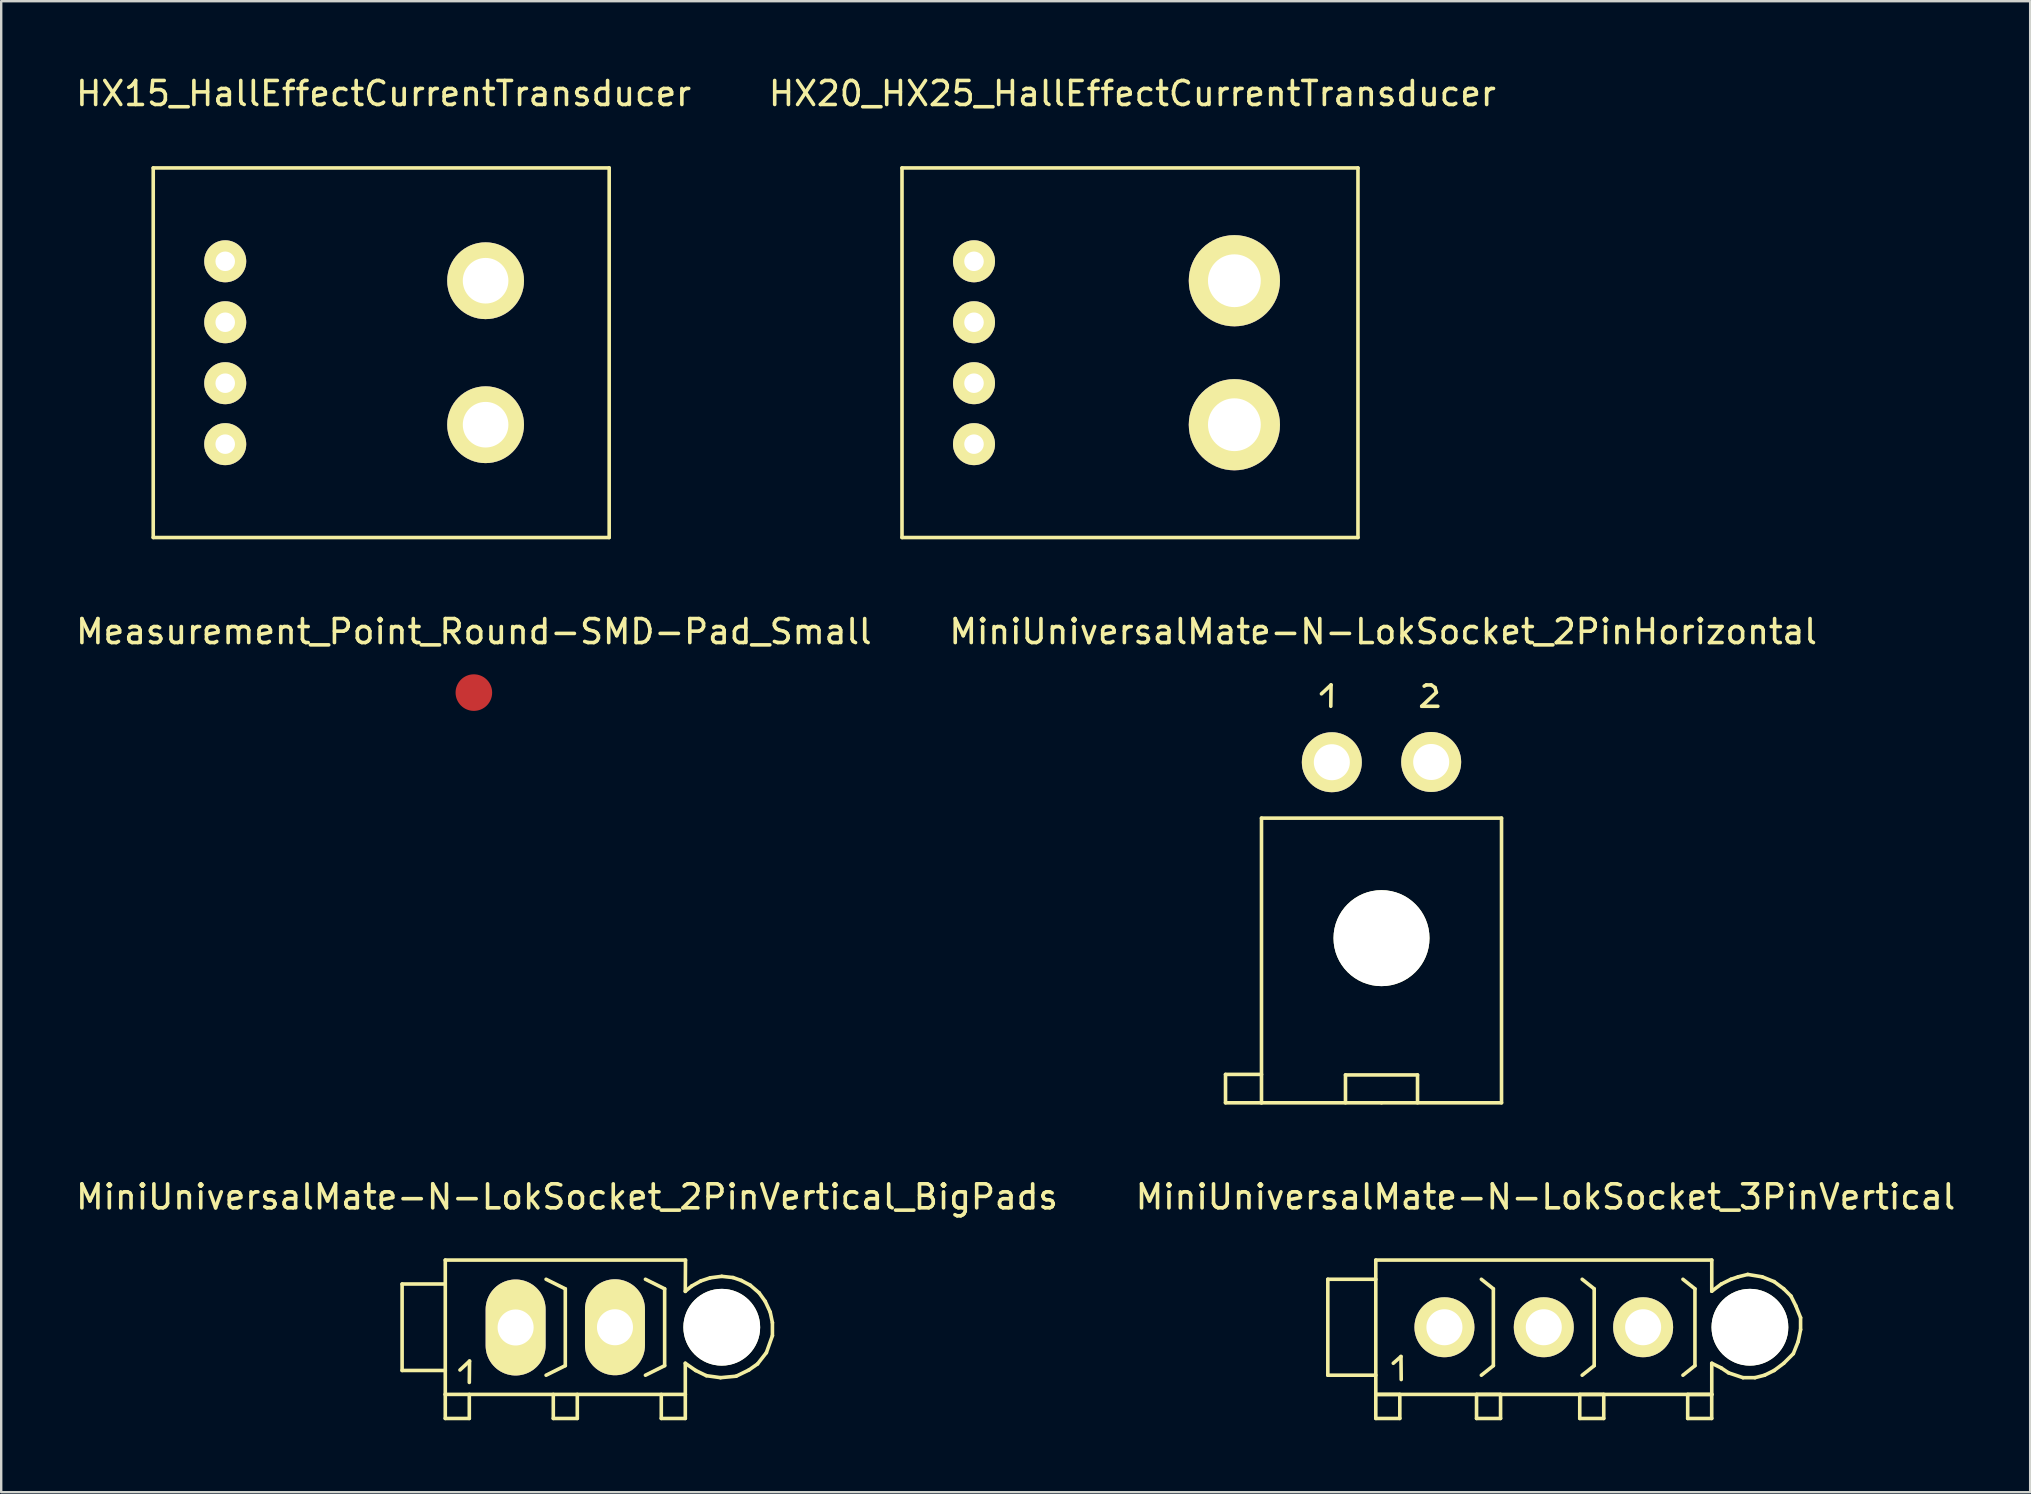
<source format=kicad_pcb>
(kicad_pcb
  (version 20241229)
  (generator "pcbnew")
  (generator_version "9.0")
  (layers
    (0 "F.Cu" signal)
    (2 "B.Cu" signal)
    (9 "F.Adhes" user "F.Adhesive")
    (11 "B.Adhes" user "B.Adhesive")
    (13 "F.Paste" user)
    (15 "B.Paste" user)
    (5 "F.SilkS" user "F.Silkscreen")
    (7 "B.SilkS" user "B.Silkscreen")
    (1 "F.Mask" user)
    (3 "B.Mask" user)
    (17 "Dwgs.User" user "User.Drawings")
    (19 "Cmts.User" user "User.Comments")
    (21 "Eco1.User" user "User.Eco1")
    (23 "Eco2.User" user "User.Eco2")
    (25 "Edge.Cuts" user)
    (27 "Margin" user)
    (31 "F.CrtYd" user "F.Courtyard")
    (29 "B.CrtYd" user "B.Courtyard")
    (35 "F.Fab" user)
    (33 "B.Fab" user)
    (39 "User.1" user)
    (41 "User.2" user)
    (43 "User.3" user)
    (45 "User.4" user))
  (footprint "HX15_HallEffectCurrentTransducer"
    (layer "F.Cu")
    (at 12.835 11.648)
    (property "Reference" "HX15_HallEffectCurrentTransducer" (at 0.1 -10.8 0) (layer "F.SilkS") (effects (font (size 1 1) (thickness 0.15))))
    (attr through_hole)
    (fp_line (start -9.5 -7.7) (end -9.5 7.7) (stroke (width 0.15) (type solid)) (layer "F.SilkS"))
    (fp_line (start -9.5 7.7) (end 9.5 7.7) (stroke (width 0.15) (type solid)) (layer "F.SilkS"))
    (fp_line (start 9.5 -7.7) (end -9.5 -7.7) (stroke (width 0.15) (type solid)) (layer "F.SilkS"))
    (fp_line (start 9.5 7.7) (end 9.5 -7.7) (stroke (width 0.15) (type solid)) (layer "F.SilkS"))
    (pad "1" thru_hole circle (at -6.5 -3.81) (size 1.75 1.75) (drill 0.813) (layers "*.Cu" "*.Mask" "F.SilkS"))
    (pad "2" thru_hole circle (at -6.5 -1.27) (size 1.75 1.75) (drill 0.813) (layers "*.Cu" "*.Mask" "F.SilkS"))
    (pad "3" thru_hole circle (at -6.5 1.27) (size 1.75 1.75) (drill 0.813) (layers "*.Cu" "*.Mask" "F.SilkS"))
    (pad "4" thru_hole circle (at -6.5 3.81) (size 1.75 1.75) (drill 0.813) (layers "*.Cu" "*.Mask" "F.SilkS"))
    (pad "5" thru_hole circle (at 4.35 -3) (size 3.2 3.2) (drill 1.9) (layers "*.Cu" "*.Mask" "F.SilkS"))
    (pad "6" thru_hole circle (at 4.35 3) (size 3.2 3.2) (drill 1.9) (layers "*.Cu" "*.Mask" "F.SilkS")))
  (footprint "Measurement_Point_Round-SMD-Pad_Small"
    (layer "F.Cu")
    (at 16.696 25.811)
    (property "Reference" "Measurement_Point_Round-SMD-Pad_Small" (at 0 -2.54 0) (layer "F.SilkS") (effects (font (size 1 1) (thickness 0.15))))
    (attr through_hole)
    (pad "1" smd circle (at 0 0) (size 1.524 1.524) (layers "F.Cu" "F.Mask" "F.Paste")))
  (footprint "HX20_HX25_HallEffectCurrentTransducer"
    (layer "F.Cu")
    (at 44.037 11.648)
    (property "Reference" "HX20_HX25_HallEffectCurrentTransducer" (at 0.1 -10.8 0) (layer "F.SilkS") (effects (font (size 1 1) (thickness 0.15))))
    (attr through_hole)
    (fp_line (start -9.5 -7.7) (end -9.5 7.7) (stroke (width 0.15) (type solid)) (layer "F.SilkS"))
    (fp_line (start -9.5 7.7) (end 9.5 7.7) (stroke (width 0.15) (type solid)) (layer "F.SilkS"))
    (fp_line (start 9.5 -7.7) (end -9.5 -7.7) (stroke (width 0.15) (type solid)) (layer "F.SilkS"))
    (fp_line (start 9.5 7.7) (end 9.5 -7.7) (stroke (width 0.15) (type solid)) (layer "F.SilkS"))
    (pad "1" thru_hole circle (at -6.5 -3.81) (size 1.75 1.75) (drill 0.813) (layers "*.Cu" "*.Mask" "F.SilkS"))
    (pad "2" thru_hole circle (at -6.5 -1.27) (size 1.75 1.75) (drill 0.813) (layers "*.Cu" "*.Mask" "F.SilkS"))
    (pad "3" thru_hole circle (at -6.5 1.27) (size 1.75 1.75) (drill 0.813) (layers "*.Cu" "*.Mask" "F.SilkS"))
    (pad "4" thru_hole circle (at -6.5 3.81) (size 1.75 1.75) (drill 0.813) (layers "*.Cu" "*.Mask" "F.SilkS"))
    (pad "5" thru_hole circle (at 4.35 -3) (size 3.8 3.8) (drill 2.2) (layers "*.Cu" "*.Mask" "F.SilkS"))
    (pad "6" thru_hole circle (at 4.35 3) (size 3.8 3.8) (drill 2.2) (layers "*.Cu" "*.Mask" "F.SilkS")))
  (footprint "MiniUniversalMate-N-LokSocket_3PinVertical"
    (layer "F.Cu")
    (at 61.28 52.257)
    (property "Reference" "MiniUniversalMate-N-LokSocket_3PinVertical" (at 0.071 -5.431 0) (layer "F.SilkS") (effects (font (size 1 1) (thickness 0.15))))
    (attr through_hole)
    (fp_line (start -8.999 -1.999) (end -8.999 1.999) (stroke (width 0.15) (type solid)) (layer "F.SilkS"))
    (fp_line (start -8.999 1.999) (end -7 1.999) (stroke (width 0.15) (type solid)) (layer "F.SilkS"))
    (fp_line (start -7 -2.799) (end -7 2.799) (stroke (width 0.15) (type solid)) (layer "F.SilkS"))
    (fp_line (start -7 -2.799) (end 7 -2.799) (stroke (width 0.15) (type solid)) (layer "F.SilkS"))
    (fp_line (start -7 -1.999) (end -8.999 -1.999) (stroke (width 0.15) (type solid)) (layer "F.SilkS"))
    (fp_line (start -7 2.799) (end 7 2.799) (stroke (width 0.15) (type solid)) (layer "F.SilkS"))
    (fp_line (start -7 2.802) (end -5.999 2.802) (stroke (width 0.15) (type solid)) (layer "F.SilkS"))
    (fp_line (start -7 3.8) (end -7 2.802) (stroke (width 0.15) (type solid)) (layer "F.SilkS"))
    (fp_line (start -6.271 1.501) (end -5.951 1.219) (stroke (width 0.15) (type solid)) (layer "F.SilkS"))
    (fp_line (start -5.999 2.802) (end -5.999 3.8) (stroke (width 0.15) (type solid)) (layer "F.SilkS"))
    (fp_line (start -5.999 3.8) (end -7 3.8) (stroke (width 0.15) (type solid)) (layer "F.SilkS"))
    (fp_line (start -5.951 1.219) (end -5.941 2.179) (stroke (width 0.15) (type solid)) (layer "F.SilkS"))
    (fp_line (start -2.802 2.802) (end -1.801 2.802) (stroke (width 0.15) (type solid)) (layer "F.SilkS"))
    (fp_line (start -2.802 3.8) (end -2.802 2.802) (stroke (width 0.15) (type solid)) (layer "F.SilkS"))
    (fp_line (start -2.101 -1.6) (end -2.601 -1.999) (stroke (width 0.15) (type solid)) (layer "F.SilkS"))
    (fp_line (start -2.101 -1.6) (end -2.101 1.6) (stroke (width 0.15) (type solid)) (layer "F.SilkS"))
    (fp_line (start -2.101 1.6) (end -2.601 1.999) (stroke (width 0.15) (type solid)) (layer "F.SilkS"))
    (fp_line (start -1.801 2.802) (end -1.801 3.8) (stroke (width 0.15) (type solid)) (layer "F.SilkS"))
    (fp_line (start -1.801 3.8) (end -2.802 3.8) (stroke (width 0.15) (type solid)) (layer "F.SilkS"))
    (fp_line (start 1.499 2.802) (end 2.499 2.802) (stroke (width 0.15) (type solid)) (layer "F.SilkS"))
    (fp_line (start 1.499 3.8) (end 1.499 2.802) (stroke (width 0.15) (type solid)) (layer "F.SilkS"))
    (fp_line (start 2.101 -1.6) (end 1.6 -1.999) (stroke (width 0.15) (type solid)) (layer "F.SilkS"))
    (fp_line (start 2.101 -1.6) (end 2.101 1.6) (stroke (width 0.15) (type solid)) (layer "F.SilkS"))
    (fp_line (start 2.101 1.6) (end 1.6 1.999) (stroke (width 0.15) (type solid)) (layer "F.SilkS"))
    (fp_line (start 2.499 2.802) (end 2.499 3.8) (stroke (width 0.15) (type solid)) (layer "F.SilkS"))
    (fp_line (start 2.499 3.8) (end 1.499 3.8) (stroke (width 0.15) (type solid)) (layer "F.SilkS"))
    (fp_line (start 5.997 2.802) (end 6.998 2.802) (stroke (width 0.15) (type solid)) (layer "F.SilkS"))
    (fp_line (start 5.997 3.8) (end 5.997 2.802) (stroke (width 0.15) (type solid)) (layer "F.SilkS"))
    (fp_line (start 6.299 -1.6) (end 5.799 -1.999) (stroke (width 0.15) (type solid)) (layer "F.SilkS"))
    (fp_line (start 6.299 -1.6) (end 6.299 1.6) (stroke (width 0.15) (type solid)) (layer "F.SilkS"))
    (fp_line (start 6.299 1.6) (end 5.799 1.999) (stroke (width 0.15) (type solid)) (layer "F.SilkS"))
    (fp_line (start 6.998 2.802) (end 6.998 3.8) (stroke (width 0.15) (type solid)) (layer "F.SilkS"))
    (fp_line (start 6.998 3.8) (end 5.997 3.8) (stroke (width 0.15) (type solid)) (layer "F.SilkS"))
    (fp_line (start 7 -2.799) (end 7 -1.501) (stroke (width 0.15) (type solid)) (layer "F.SilkS"))
    (fp_line (start 7 -1.501) (end 7.399 -1.801) (stroke (width 0.15) (type solid)) (layer "F.SilkS"))
    (fp_line (start 7 2.799) (end 7 1.501) (stroke (width 0.15) (type solid)) (layer "F.SilkS"))
    (fp_line (start 7.399 -1.801) (end 7.8 -1.999) (stroke (width 0.15) (type solid)) (layer "F.SilkS"))
    (fp_line (start 7.399 1.699) (end 7 1.501) (stroke (width 0.15) (type solid)) (layer "F.SilkS"))
    (fp_line (start 7.699 1.9) (end 7.399 1.699) (stroke (width 0.15) (type solid)) (layer "F.SilkS"))
    (fp_line (start 7.8 -1.999) (end 8.1 -2.101) (stroke (width 0.15) (type solid)) (layer "F.SilkS"))
    (fp_line (start 8.1 -2.101) (end 8.499 -2.2) (stroke (width 0.15) (type solid)) (layer "F.SilkS"))
    (fp_line (start 8.301 2.101) (end 7.699 1.9) (stroke (width 0.15) (type solid)) (layer "F.SilkS"))
    (fp_line (start 8.499 -2.2) (end 9.101 -2.101) (stroke (width 0.15) (type solid)) (layer "F.SilkS"))
    (fp_line (start 8.801 2.101) (end 8.301 2.101) (stroke (width 0.15) (type solid)) (layer "F.SilkS"))
    (fp_line (start 9.101 -2.101) (end 9.601 -1.9) (stroke (width 0.15) (type solid)) (layer "F.SilkS"))
    (fp_line (start 9.2 1.999) (end 8.801 2.101) (stroke (width 0.15) (type solid)) (layer "F.SilkS"))
    (fp_line (start 9.601 -1.9) (end 10 -1.6) (stroke (width 0.15) (type solid)) (layer "F.SilkS"))
    (fp_line (start 9.601 1.801) (end 9.2 1.999) (stroke (width 0.15) (type solid)) (layer "F.SilkS"))
    (fp_line (start 10 -1.6) (end 10.3 -1.3) (stroke (width 0.15) (type solid)) (layer "F.SilkS"))
    (fp_line (start 10 1.501) (end 9.601 1.801) (stroke (width 0.15) (type solid)) (layer "F.SilkS"))
    (fp_line (start 10.3 -1.3) (end 10.5 -0.899) (stroke (width 0.15) (type solid)) (layer "F.SilkS"))
    (fp_line (start 10.399 1.1) (end 10 1.501) (stroke (width 0.15) (type solid)) (layer "F.SilkS"))
    (fp_line (start 10.5 -0.899) (end 10.701 -0.399) (stroke (width 0.15) (type solid)) (layer "F.SilkS"))
    (fp_line (start 10.599 0.599) (end 10.399 1.1) (stroke (width 0.15) (type solid)) (layer "F.SilkS"))
    (fp_line (start 10.701 -0.399) (end 10.701 0.099) (stroke (width 0.15) (type solid)) (layer "F.SilkS"))
    (fp_line (start 10.701 0.099) (end 10.599 0.599) (stroke (width 0.15) (type solid)) (layer "F.SilkS"))
    (pad "" np_thru_hole circle (at 8.59 0) (size 3.2 3.2) (drill 3.2) (layers "*.Cu" "*.Mask" "F.SilkS"))
    (pad "1" thru_hole circle (at -4.14 0 90) (size 2.499 2.499) (drill 1.501) (layers "*.Cu" "*.Mask" "F.SilkS"))
    (pad "2" thru_hole circle (at 0 0 90) (size 2.499 2.499) (drill 1.501) (layers "*.Cu" "*.Mask" "F.SilkS"))
    (pad "3" thru_hole circle (at 4.14 0 90) (size 2.499 2.499) (drill 1.501) (layers "*.Cu" "*.Mask" "F.SilkS")))
  (footprint "MiniUniversalMate-N-LokSocket_2PinVertical_BigPads"
    (layer "F.Cu")
    (at 20.506 52.257)
    (property "Reference" "MiniUniversalMate-N-LokSocket_2PinVertical_BigPads" (at 0.071 -5.431 0) (layer "F.SilkS") (effects (font (size 1 1) (thickness 0.15))))
    (attr through_hole)
    (fp_line (start -6.8 -1.801) (end -6.8 1.801) (stroke (width 0.15) (type solid)) (layer "F.SilkS"))
    (fp_line (start -6.8 1.801) (end -5.001 1.801) (stroke (width 0.15) (type solid)) (layer "F.SilkS"))
    (fp_line (start -5.001 -2.799) (end -5.001 2.799) (stroke (width 0.15) (type solid)) (layer "F.SilkS"))
    (fp_line (start -5.001 -2.799) (end 5.009 -2.799) (stroke (width 0.15) (type solid)) (layer "F.SilkS"))
    (fp_line (start -5.001 -1.801) (end -6.8 -1.801) (stroke (width 0.15) (type solid)) (layer "F.SilkS"))
    (fp_line (start -5.001 2.799) (end -5.001 3.8) (stroke (width 0.15) (type solid)) (layer "F.SilkS"))
    (fp_line (start -5.001 2.799) (end 5.001 2.799) (stroke (width 0.15) (type solid)) (layer "F.SilkS"))
    (fp_line (start -5.001 3.8) (end -4 3.8) (stroke (width 0.15) (type solid)) (layer "F.SilkS"))
    (fp_line (start -4.389 1.781) (end -3.99 1.41) (stroke (width 0.15) (type solid)) (layer "F.SilkS"))
    (fp_line (start -4 3.8) (end -4 2.799) (stroke (width 0.15) (type solid)) (layer "F.SilkS"))
    (fp_line (start -3.99 1.41) (end -4 2.299) (stroke (width 0.15) (type solid)) (layer "F.SilkS"))
    (fp_line (start -0.5 3.8) (end -0.5 2.799) (stroke (width 0.15) (type solid)) (layer "F.SilkS"))
    (fp_line (start 0 -1.6) (end -0.8 -1.999) (stroke (width 0.15) (type solid)) (layer "F.SilkS"))
    (fp_line (start 0 -1.6) (end 0 1.6) (stroke (width 0.15) (type solid)) (layer "F.SilkS"))
    (fp_line (start 0 1.6) (end -0.8 1.999) (stroke (width 0.15) (type solid)) (layer "F.SilkS"))
    (fp_line (start 0.5 2.799) (end 0.5 3.8) (stroke (width 0.15) (type solid)) (layer "F.SilkS"))
    (fp_line (start 0.5 3.8) (end -0.5 3.8) (stroke (width 0.15) (type solid)) (layer "F.SilkS"))
    (fp_line (start 4 3.8) (end 4 2.799) (stroke (width 0.15) (type solid)) (layer "F.SilkS"))
    (fp_line (start 4.14 -1.6) (end 3.34 -1.999) (stroke (width 0.15) (type solid)) (layer "F.SilkS"))
    (fp_line (start 4.14 -1.6) (end 4.14 1.6) (stroke (width 0.15) (type solid)) (layer "F.SilkS"))
    (fp_line (start 4.14 1.6) (end 3.34 1.999) (stroke (width 0.15) (type solid)) (layer "F.SilkS"))
    (fp_line (start 5.001 -1.501) (end 5.271 -1.72) (stroke (width 0.15) (type solid)) (layer "F.SilkS"))
    (fp_line (start 5.001 2.799) (end 5.001 1.501) (stroke (width 0.15) (type solid)) (layer "F.SilkS"))
    (fp_line (start 5.001 2.799) (end 5.001 3.8) (stroke (width 0.15) (type solid)) (layer "F.SilkS"))
    (fp_line (start 5.001 3.8) (end 4 3.8) (stroke (width 0.15) (type solid)) (layer "F.SilkS"))
    (fp_line (start 5.009 -2.799) (end 5.001 -1.491) (stroke (width 0.15) (type solid)) (layer "F.SilkS"))
    (fp_line (start 5.271 -1.72) (end 5.649 -1.93) (stroke (width 0.15) (type solid)) (layer "F.SilkS"))
    (fp_line (start 5.431 1.801) (end 5.001 1.501) (stroke (width 0.15) (type solid)) (layer "F.SilkS"))
    (fp_line (start 5.649 -1.93) (end 6.04 -2.06) (stroke (width 0.15) (type solid)) (layer "F.SilkS"))
    (fp_line (start 5.88 2.019) (end 5.431 1.801) (stroke (width 0.15) (type solid)) (layer "F.SilkS"))
    (fp_line (start 6.04 -2.06) (end 6.52 -2.121) (stroke (width 0.15) (type solid)) (layer "F.SilkS"))
    (fp_line (start 6.469 2.101) (end 5.88 2.019) (stroke (width 0.15) (type solid)) (layer "F.SilkS"))
    (fp_line (start 6.52 -2.121) (end 6.99 -2.07) (stroke (width 0.15) (type solid)) (layer "F.SilkS"))
    (fp_line (start 6.99 -2.07) (end 7.33 -1.951) (stroke (width 0.15) (type solid)) (layer "F.SilkS"))
    (fp_line (start 7.12 2.04) (end 6.469 2.101) (stroke (width 0.15) (type solid)) (layer "F.SilkS"))
    (fp_line (start 7.33 -1.951) (end 7.709 -1.75) (stroke (width 0.15) (type solid)) (layer "F.SilkS"))
    (fp_line (start 7.65 1.781) (end 7.12 2.04) (stroke (width 0.15) (type solid)) (layer "F.SilkS"))
    (fp_line (start 7.709 -1.75) (end 8.08 -1.43) (stroke (width 0.15) (type solid)) (layer "F.SilkS"))
    (fp_line (start 8.011 1.529) (end 7.65 1.781) (stroke (width 0.15) (type solid)) (layer "F.SilkS"))
    (fp_line (start 8.08 -1.43) (end 8.331 -1.079) (stroke (width 0.15) (type solid)) (layer "F.SilkS"))
    (fp_line (start 8.331 -1.079) (end 8.539 -0.63) (stroke (width 0.15) (type solid)) (layer "F.SilkS"))
    (fp_line (start 8.379 1.059) (end 8.011 1.529) (stroke (width 0.15) (type solid)) (layer "F.SilkS"))
    (fp_line (start 8.539 -0.63) (end 8.631 -0.191) (stroke (width 0.15) (type solid)) (layer "F.SilkS"))
    (fp_line (start 8.631 -0.191) (end 8.631 0.351) (stroke (width 0.15) (type solid)) (layer "F.SilkS"))
    (fp_line (start 8.631 0.351) (end 8.379 1.059) (stroke (width 0.15) (type solid)) (layer "F.SilkS"))
    (pad "" np_thru_hole circle (at 6.52 0) (size 3.2 3.2) (drill 3.2) (layers "*.Cu" "*.Mask" "F.SilkS"))
    (pad "1" thru_hole oval (at -2.07 0.01 90) (size 4 2.499) (drill 1.501) (layers "*.Cu" "*.Mask" "F.SilkS"))
    (pad "2" thru_hole oval (at 2.07 0 90) (size 4 2.499) (drill 1.501) (layers "*.Cu" "*.Mask" "F.SilkS")))
  (footprint "MiniUniversalMate-N-LokSocket_2PinHorizontal"
    (layer "F.Cu")
    (at 54.518 28.702)
    (property "Reference" "MiniUniversalMate-N-LokSocket_2PinHorizontal" (at 0.071 -5.431 0) (layer "F.SilkS") (effects (font (size 1 1) (thickness 0.15))))
    (attr through_hole)
    (fp_line (start -6.5 13.02) (end -5.001 13.02) (stroke (width 0.15) (type solid)) (layer "F.SilkS"))
    (fp_line (start -6.5 14.201) (end -6.5 13.02) (stroke (width 0.15) (type solid)) (layer "F.SilkS"))
    (fp_line (start -5.001 2.339) (end 5.001 2.339) (stroke (width 0.15) (type solid)) (layer "F.SilkS"))
    (fp_line (start -5.001 14.201) (end -6.5 14.201) (stroke (width 0.15) (type solid)) (layer "F.SilkS"))
    (fp_line (start -5.001 14.201) (end -5.001 2.339) (stroke (width 0.15) (type solid)) (layer "F.SilkS"))
    (fp_line (start -2.502 -2.84) (end -2.103 -3.211) (stroke (width 0.15) (type solid)) (layer "F.SilkS"))
    (fp_line (start -2.103 -3.211) (end -2.113 -2.322) (stroke (width 0.15) (type solid)) (layer "F.SilkS"))
    (fp_line (start -1.501 13.04) (end -1.501 14.201) (stroke (width 0.15) (type solid)) (layer "F.SilkS"))
    (fp_line (start 0 14.201) (end -5.001 14.201) (stroke (width 0.15) (type solid)) (layer "F.SilkS"))
    (fp_line (start 0 14.201) (end 5.001 14.201) (stroke (width 0.15) (type solid)) (layer "F.SilkS"))
    (fp_line (start 1.501 13.04) (end -1.501 13.04) (stroke (width 0.15) (type solid)) (layer "F.SilkS"))
    (fp_line (start 1.501 14.201) (end 1.501 13.04) (stroke (width 0.15) (type solid)) (layer "F.SilkS"))
    (fp_line (start 1.676 -2.322) (end 2.347 -2.322) (stroke (width 0.15) (type solid)) (layer "F.SilkS"))
    (fp_line (start 1.778 -3.16) (end 1.867 -3.211) (stroke (width 0.15) (type solid)) (layer "F.SilkS"))
    (fp_line (start 1.867 -3.211) (end 2.068 -3.211) (stroke (width 0.15) (type solid)) (layer "F.SilkS"))
    (fp_line (start 2.068 -3.211) (end 2.228 -3.101) (stroke (width 0.15) (type solid)) (layer "F.SilkS"))
    (fp_line (start 2.228 -3.101) (end 2.286 -2.901) (stroke (width 0.15) (type solid)) (layer "F.SilkS"))
    (fp_line (start 2.286 -2.901) (end 1.676 -2.322) (stroke (width 0.15) (type solid)) (layer "F.SilkS"))
    (fp_line (start 5.001 2.339) (end 5.001 14.201) (stroke (width 0.15) (type solid)) (layer "F.SilkS"))
    (pad "" np_thru_hole circle (at 0 7.341) (size 4 4) (drill 4) (layers "*.Cu" "*.Mask" "F.SilkS"))
    (pad "1" thru_hole circle (at -2.07 0.01 90) (size 2.499 2.499) (drill 1.501) (layers "*.Cu" "*.Mask" "F.SilkS"))
    (pad "2" thru_hole circle (at 2.07 0 90) (size 2.499 2.499) (drill 1.501) (layers "*.Cu" "*.Mask" "F.SilkS")))
  (gr_rect
    (start -3 -3)
    (end 81.548 59.132)
    (stroke (width 0.1) (type default))
    (fill no)
    (layer "Edge.Cuts")))
</source>
